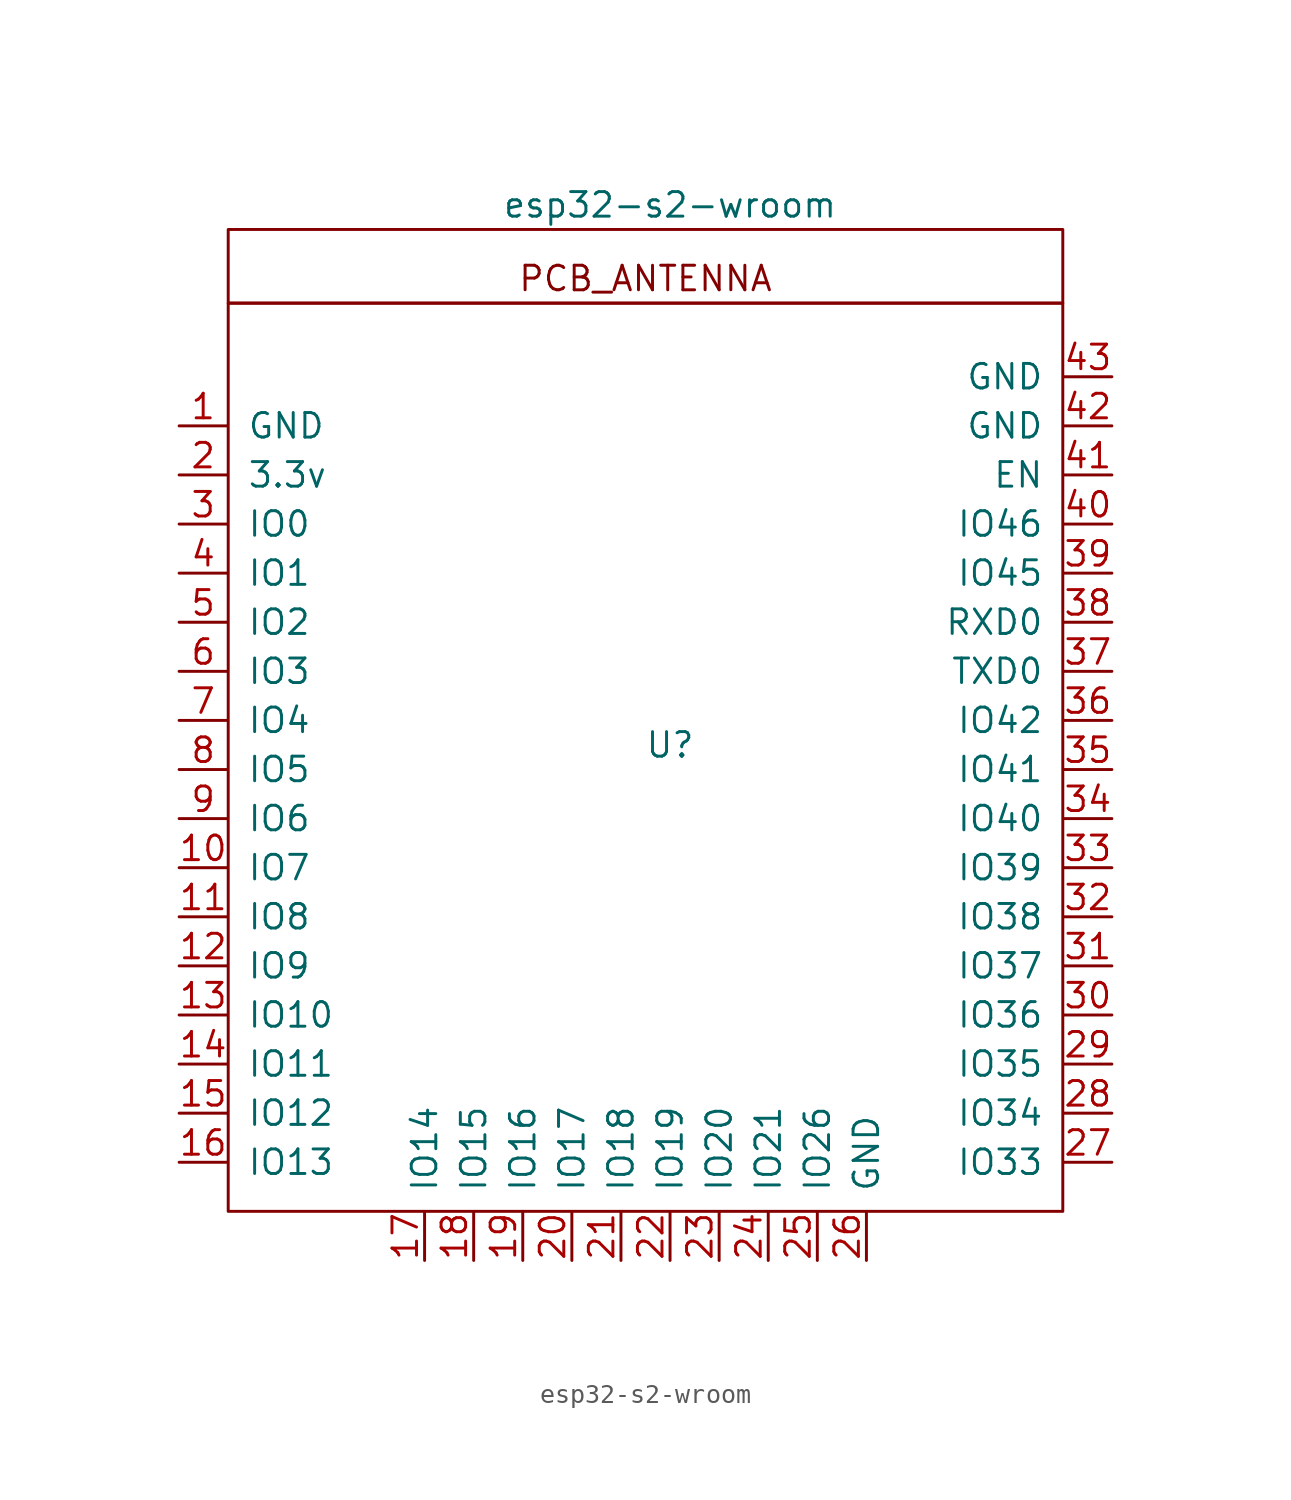
<source format=kicad_sym>
(kicad_symbol_lib
  (version 20211014)
  (generator kicad_symbol_editor)
  (symbol "esp32-s2-wroom"
    (pin_names
      (offset 1.016))
    (property "Reference" "U"
      (at 0 0 0)
      (effects (font (size 1.27 1.27))))
    (property "Value" "esp32-s2-wroom"
      (at 0 27.94 0)
      (effects (font (size 1.27 1.27))))
    (symbol "esp32-s2-wroom_0_0"
      (rectangle (start -22.86 22.86) (end 20.32 -24.13) (stroke (width 0) (type default) (color 0 0 0 0)) (fill (type none)))
      (rectangle (start -22.86 22.86) (end 20.32 26.67) (stroke (width 0) (type default) (color 0 0 0 0)) (fill (type none)))
      (text "PCB_ANTENNA" (at -1.27 24.13 0) (effects (font (size 1.27 1.27)))))
    (symbol "esp32-s2-wroom_1_1"
      (pin power_in line (at -25.4 16.51 0) (length 2.489) (name "GND" (effects (font (size 1.27 1.27)))) (number "1" (effects (font (size 1.27 1.27)))))
      (pin bidirectional line (at -25.4 -6.35 0) (length 2.489) (name "IO7" (effects (font (size 1.27 1.27)))) (number "10" (effects (font (size 1.27 1.27)))))
      (pin bidirectional line (at -25.4 -8.89 0) (length 2.489) (name "IO8" (effects (font (size 1.27 1.27)))) (number "11" (effects (font (size 1.27 1.27)))))
      (pin bidirectional line (at -25.4 -11.43 0) (length 2.489) (name "IO9" (effects (font (size 1.27 1.27)))) (number "12" (effects (font (size 1.27 1.27)))))
      (pin bidirectional line (at -25.4 -13.97 0) (length 2.489) (name "IO10" (effects (font (size 1.27 1.27)))) (number "13" (effects (font (size 1.27 1.27)))))
      (pin bidirectional line (at -25.4 -16.51 0) (length 2.489) (name "IO11" (effects (font (size 1.27 1.27)))) (number "14" (effects (font (size 1.27 1.27)))))
      (pin bidirectional line (at -25.4 -19.05 0) (length 2.489) (name "IO12" (effects (font (size 1.27 1.27)))) (number "15" (effects (font (size 1.27 1.27)))))
      (pin bidirectional line (at -25.4 -21.59 0) (length 2.489) (name "IO13" (effects (font (size 1.27 1.27)))) (number "16" (effects (font (size 1.27 1.27)))))
      (pin bidirectional line (at -12.7 -26.67 90) (length 2.489) (name "IO14" (effects (font (size 1.27 1.27)))) (number "17" (effects (font (size 1.27 1.27)))))
      (pin bidirectional line (at -10.16 -26.67 90) (length 2.489) (name "IO15" (effects (font (size 1.27 1.27)))) (number "18" (effects (font (size 1.27 1.27)))))
      (pin bidirectional line (at -7.62 -26.67 90) (length 2.489) (name "IO16" (effects (font (size 1.27 1.27)))) (number "19" (effects (font (size 1.27 1.27)))))
      (pin power_in line (at -25.4 13.97 0) (length 2.489) (name "3.3v" (effects (font (size 1.27 1.27)))) (number "2" (effects (font (size 1.27 1.27)))))
      (pin bidirectional line (at -5.08 -26.67 90) (length 2.489) (name "IO17" (effects (font (size 1.27 1.27)))) (number "20" (effects (font (size 1.27 1.27)))))
      (pin bidirectional line (at -2.54 -26.67 90) (length 2.489) (name "IO18" (effects (font (size 1.27 1.27)))) (number "21" (effects (font (size 1.27 1.27)))))
      (pin bidirectional line (at 0 -26.67 90) (length 2.489) (name "IO19" (effects (font (size 1.27 1.27)))) (number "22" (effects (font (size 1.27 1.27)))))
      (pin bidirectional line (at 2.54 -26.67 90) (length 2.489) (name "IO20" (effects (font (size 1.27 1.27)))) (number "23" (effects (font (size 1.27 1.27)))))
      (pin bidirectional line (at 5.08 -26.67 90) (length 2.489) (name "IO21" (effects (font (size 1.27 1.27)))) (number "24" (effects (font (size 1.27 1.27)))))
      (pin bidirectional line (at 7.62 -26.67 90) (length 2.489) (name "IO26" (effects (font (size 1.27 1.27)))) (number "25" (effects (font (size 1.27 1.27)))))
      (pin power_in line (at 10.16 -26.67 90) (length 2.489) (name "GND" (effects (font (size 1.27 1.27)))) (number "26" (effects (font (size 1.27 1.27)))))
      (pin bidirectional line (at 22.86 -21.59 180) (length 2.489) (name "IO33" (effects (font (size 1.27 1.27)))) (number "27" (effects (font (size 1.27 1.27)))))
      (pin bidirectional line (at 22.86 -19.05 180) (length 2.489) (name "IO34" (effects (font (size 1.27 1.27)))) (number "28" (effects (font (size 1.27 1.27)))))
      (pin bidirectional line (at 22.86 -16.51 180) (length 2.489) (name "IO35" (effects (font (size 1.27 1.27)))) (number "29" (effects (font (size 1.27 1.27)))))
      (pin bidirectional line (at -25.4 11.43 0) (length 2.489) (name "IO0" (effects (font (size 1.27 1.27)))) (number "3" (effects (font (size 1.27 1.27)))))
      (pin bidirectional line (at 22.86 -13.97 180) (length 2.489) (name "IO36" (effects (font (size 1.27 1.27)))) (number "30" (effects (font (size 1.27 1.27)))))
      (pin bidirectional line (at 22.86 -11.43 180) (length 2.489) (name "IO37" (effects (font (size 1.27 1.27)))) (number "31" (effects (font (size 1.27 1.27)))))
      (pin bidirectional line (at 22.86 -8.89 180) (length 2.489) (name "IO38" (effects (font (size 1.27 1.27)))) (number "32" (effects (font (size 1.27 1.27)))))
      (pin bidirectional line (at 22.86 -6.35 180) (length 2.489) (name "IO39" (effects (font (size 1.27 1.27)))) (number "33" (effects (font (size 1.27 1.27)))))
      (pin bidirectional line (at 22.86 -3.81 180) (length 2.489) (name "IO40" (effects (font (size 1.27 1.27)))) (number "34" (effects (font (size 1.27 1.27)))))
      (pin bidirectional line (at 22.86 -1.27 180) (length 2.489) (name "IO41" (effects (font (size 1.27 1.27)))) (number "35" (effects (font (size 1.27 1.27)))))
      (pin bidirectional line (at 22.86 1.27 180) (length 2.489) (name "IO42" (effects (font (size 1.27 1.27)))) (number "36" (effects (font (size 1.27 1.27)))))
      (pin bidirectional line (at 22.86 3.81 180) (length 2.489) (name "TXD0" (effects (font (size 1.27 1.27)))) (number "37" (effects (font (size 1.27 1.27)))))
      (pin bidirectional line (at 22.86 6.35 180) (length 2.489) (name "RXD0" (effects (font (size 1.27 1.27)))) (number "38" (effects (font (size 1.27 1.27)))))
      (pin bidirectional line (at 22.86 8.89 180) (length 2.489) (name "IO45" (effects (font (size 1.27 1.27)))) (number "39" (effects (font (size 1.27 1.27)))))
      (pin bidirectional line (at -25.4 8.89 0) (length 2.489) (name "IO1" (effects (font (size 1.27 1.27)))) (number "4" (effects (font (size 1.27 1.27)))))
      (pin bidirectional line (at 22.86 11.43 180) (length 2.489) (name "IO46" (effects (font (size 1.27 1.27)))) (number "40" (effects (font (size 1.27 1.27)))))
      (pin bidirectional line (at 22.86 13.97 180) (length 2.489) (name "EN" (effects (font (size 1.27 1.27)))) (number "41" (effects (font (size 1.27 1.27)))))
      (pin power_in line (at 22.86 16.51 180) (length 2.489) (name "GND" (effects (font (size 1.27 1.27)))) (number "42" (effects (font (size 1.27 1.27)))))
      (pin power_in line (at 22.86 19.05 180) (length 2.489) (name "GND" (effects (font (size 1.27 1.27)))) (number "43" (effects (font (size 1.27 1.27)))))
      (pin bidirectional line (at -25.4 6.35 0) (length 2.489) (name "IO2" (effects (font (size 1.27 1.27)))) (number "5" (effects (font (size 1.27 1.27)))))
      (pin bidirectional line (at -25.4 3.81 0) (length 2.489) (name "IO3" (effects (font (size 1.27 1.27)))) (number "6" (effects (font (size 1.27 1.27)))))
      (pin bidirectional line (at -25.4 1.27 0) (length 2.489) (name "IO4" (effects (font (size 1.27 1.27)))) (number "7" (effects (font (size 1.27 1.27)))))
      (pin bidirectional line (at -25.4 -1.27 0) (length 2.489) (name "IO5" (effects (font (size 1.27 1.27)))) (number "8" (effects (font (size 1.27 1.27)))))
      (pin bidirectional line (at -25.4 -3.81 0) (length 2.489) (name "IO6" (effects (font (size 1.27 1.27)))) (number "9" (effects (font (size 1.27 1.27))))))))
</source>
